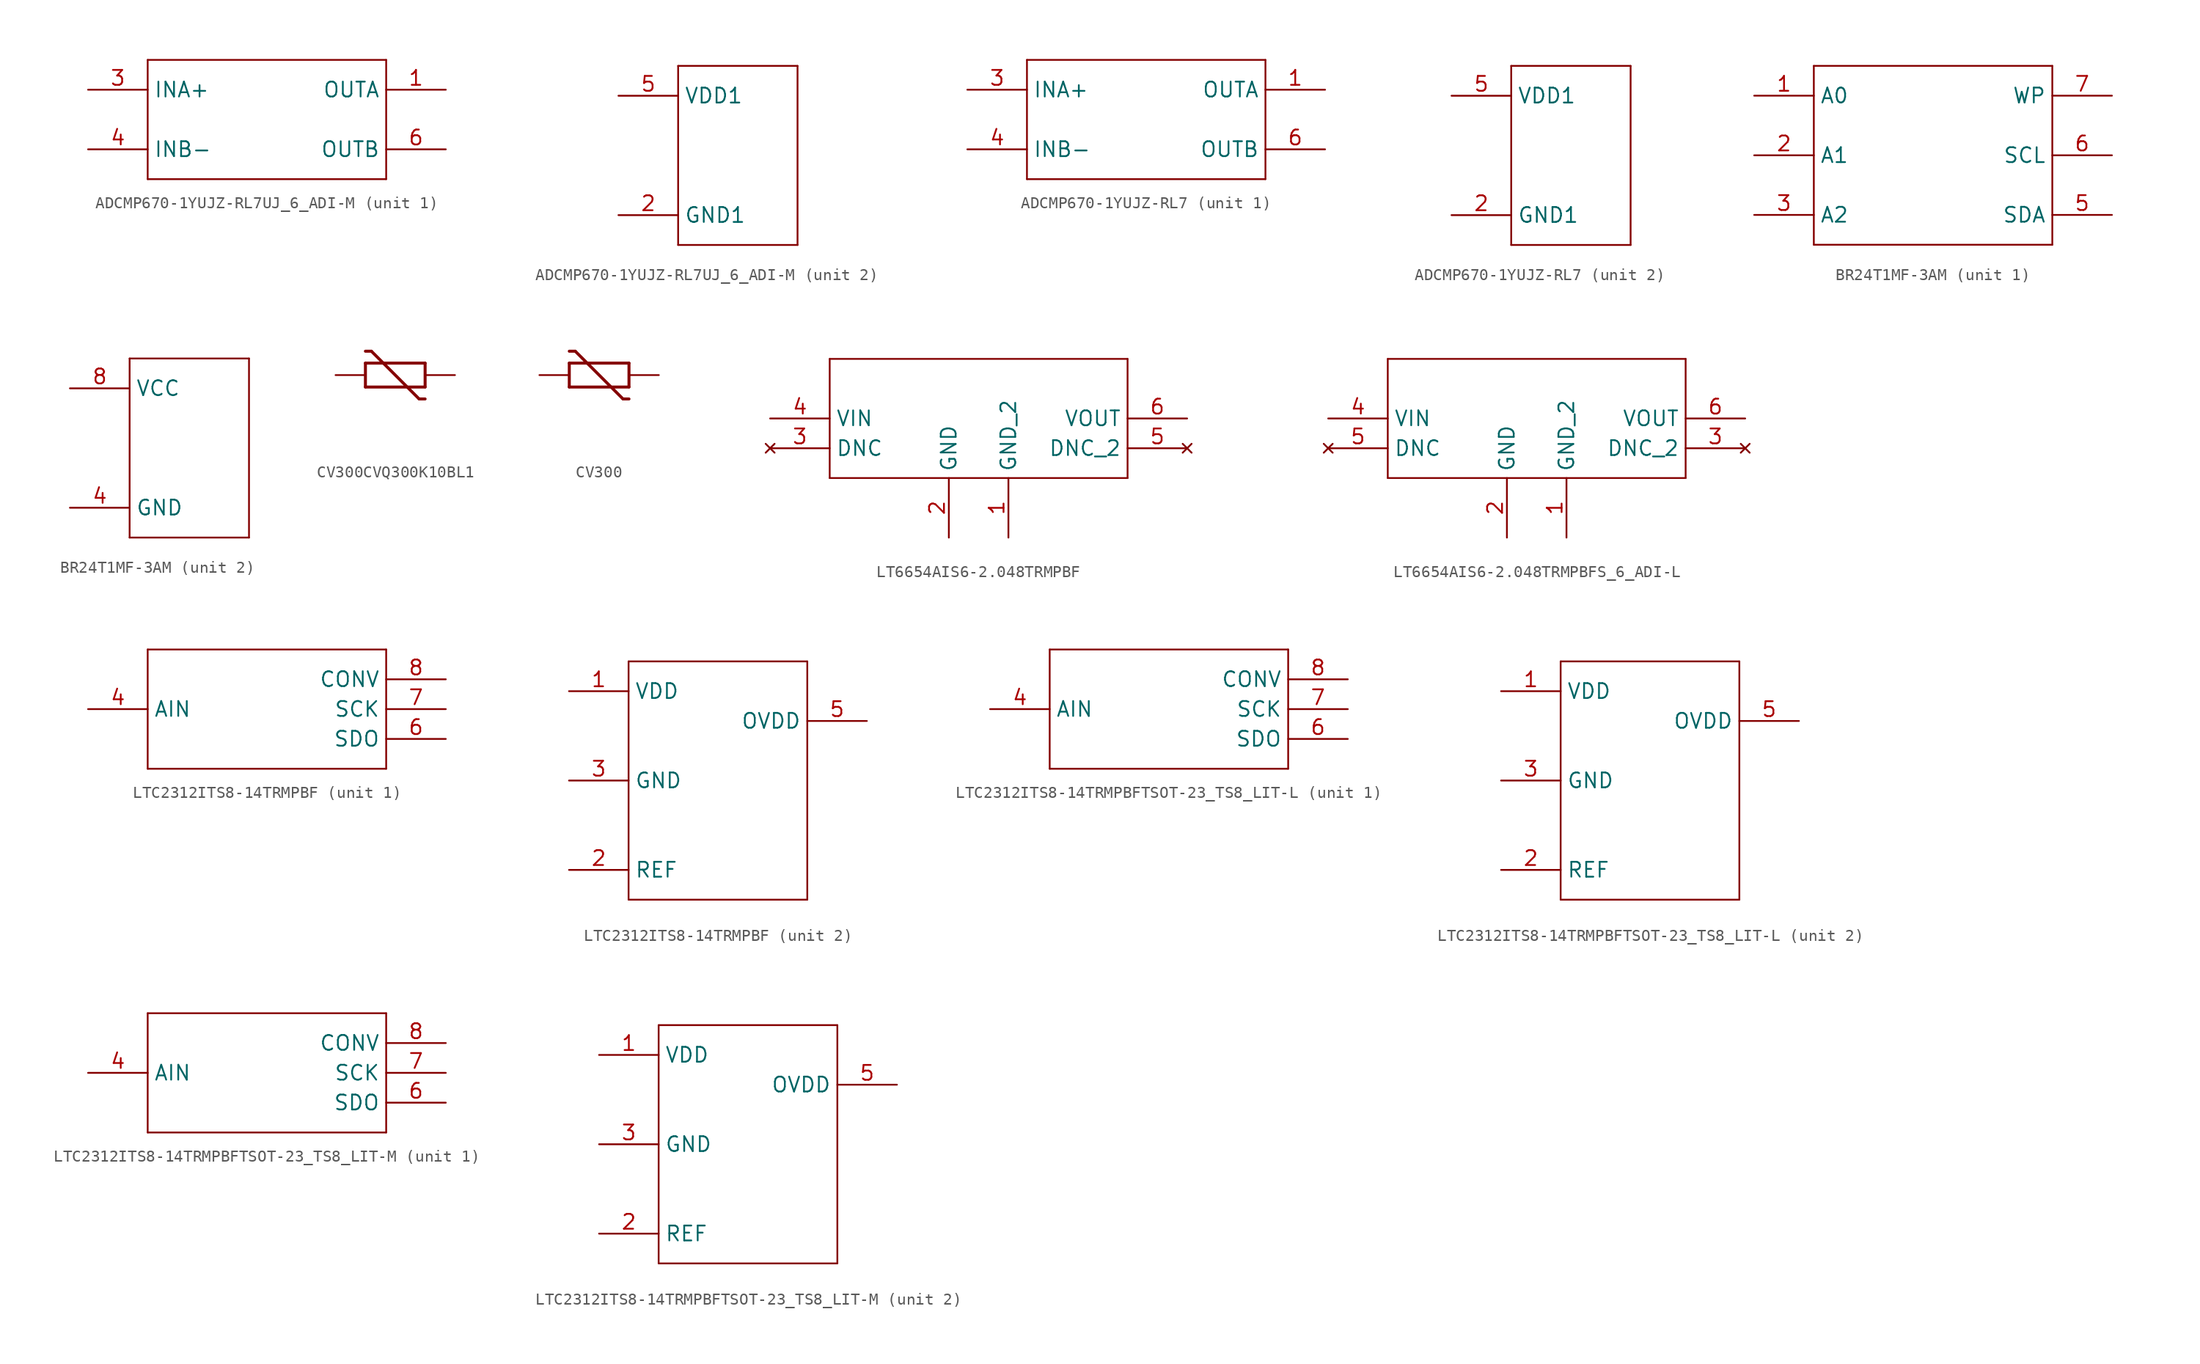
<source format=kicad_sym>
(kicad_symbol_lib
  (version 20220914)
  (generator kicad_symbol_editor)
  (symbol "ADCMP670-1YUJZ-RL7UJ_6_ADI-M"
    (property "Reference" "U"
      (at -4.724 9.119 0)
      (effects (font (size 2.083 1.77)) (justify left bottom) hide))
    (property "ki_locked" ""
      (at 0 0 0)
      (effects (font (size 1.27 1.27))))
    (symbol "ADCMP670-1YUJZ-RL7UJ_6_ADI-M_1_0"
      (polyline (pts (xy -10.16 5.08) (xy -10.16 -5.08)) (stroke (width 0.152) (type solid)) (fill (type none)))
      (polyline (pts (xy -10.16 5.08) (xy 10.16 5.08)) (stroke (width 0.152) (type solid)) (fill (type none)))
      (polyline (pts (xy 10.16 -5.08) (xy -10.16 -5.08)) (stroke (width 0.152) (type solid)) (fill (type none)))
      (polyline (pts (xy 10.16 5.08) (xy 10.16 -5.08)) (stroke (width 0.152) (type solid)) (fill (type none)))
      (pin output line (at 15.24 2.54 180) (length 5.08) (name "OUTA" (effects (font (size 1.27 1.27)))) (number "1" (effects (font (size 1.27 1.27)))))
      (pin input line (at -15.24 2.54 0) (length 5.08) (name "INA+" (effects (font (size 1.27 1.27)))) (number "3" (effects (font (size 1.27 1.27)))))
      (pin input line (at -15.24 -2.54 0) (length 5.08) (name "INB-" (effects (font (size 1.27 1.27)))) (number "4" (effects (font (size 1.27 1.27)))))
      (pin output line (at 15.24 -2.54 180) (length 5.08) (name "OUTB" (effects (font (size 1.27 1.27)))) (number "6" (effects (font (size 1.27 1.27))))))
    (symbol "ADCMP670-1YUJZ-RL7UJ_6_ADI-M_2_0"
      (polyline (pts (xy -5.08 -7.62) (xy 5.08 -7.62)) (stroke (width 0.152) (type solid)) (fill (type none)))
      (polyline (pts (xy -5.08 7.62) (xy -5.08 -7.62)) (stroke (width 0.152) (type solid)) (fill (type none)))
      (polyline (pts (xy 5.08 -7.62) (xy 5.08 7.62)) (stroke (width 0.152) (type solid)) (fill (type none)))
      (polyline (pts (xy 5.08 7.62) (xy -5.08 7.62)) (stroke (width 0.152) (type solid)) (fill (type none)))
      (pin passive line (at -10.16 -5.08 0) (length 5.08) (name "GND1" (effects (font (size 1.27 1.27)))) (number "2" (effects (font (size 1.27 1.27)))))
      (pin passive line (at -10.16 5.08 0) (length 5.08) (name "VDD1" (effects (font (size 1.27 1.27)))) (number "5" (effects (font (size 1.27 1.27)))))))
  (symbol "ADCMP670-1YUJZ-RL7"
    (property "Reference" "U"
      (at -4.724 9.119 0)
      (effects (font (size 2.083 1.77)) (justify left bottom) hide))
    (property "ki_locked" ""
      (at 0 0 0)
      (effects (font (size 1.27 1.27))))
    (symbol "ADCMP670-1YUJZ-RL7_1_0"
      (polyline (pts (xy -10.16 5.08) (xy -10.16 -5.08)) (stroke (width 0.152) (type solid)) (fill (type none)))
      (polyline (pts (xy -10.16 5.08) (xy 10.16 5.08)) (stroke (width 0.152) (type solid)) (fill (type none)))
      (polyline (pts (xy 10.16 -5.08) (xy -10.16 -5.08)) (stroke (width 0.152) (type solid)) (fill (type none)))
      (polyline (pts (xy 10.16 5.08) (xy 10.16 -5.08)) (stroke (width 0.152) (type solid)) (fill (type none)))
      (pin output line (at 15.24 2.54 180) (length 5.08) (name "OUTA" (effects (font (size 1.27 1.27)))) (number "1" (effects (font (size 1.27 1.27)))))
      (pin input line (at -15.24 2.54 0) (length 5.08) (name "INA+" (effects (font (size 1.27 1.27)))) (number "3" (effects (font (size 1.27 1.27)))))
      (pin input line (at -15.24 -2.54 0) (length 5.08) (name "INB-" (effects (font (size 1.27 1.27)))) (number "4" (effects (font (size 1.27 1.27)))))
      (pin output line (at 15.24 -2.54 180) (length 5.08) (name "OUTB" (effects (font (size 1.27 1.27)))) (number "6" (effects (font (size 1.27 1.27))))))
    (symbol "ADCMP670-1YUJZ-RL7_2_0"
      (polyline (pts (xy -5.08 -7.62) (xy 5.08 -7.62)) (stroke (width 0.152) (type solid)) (fill (type none)))
      (polyline (pts (xy -5.08 7.62) (xy -5.08 -7.62)) (stroke (width 0.152) (type solid)) (fill (type none)))
      (polyline (pts (xy 5.08 -7.62) (xy 5.08 7.62)) (stroke (width 0.152) (type solid)) (fill (type none)))
      (polyline (pts (xy 5.08 7.62) (xy -5.08 7.62)) (stroke (width 0.152) (type solid)) (fill (type none)))
      (pin passive line (at -10.16 -5.08 0) (length 5.08) (name "GND1" (effects (font (size 1.27 1.27)))) (number "2" (effects (font (size 1.27 1.27)))))
      (pin passive line (at -10.16 5.08 0) (length 5.08) (name "VDD1" (effects (font (size 1.27 1.27)))) (number "5" (effects (font (size 1.27 1.27)))))))
  (symbol "BR24T1MF-3AM"
    (property "Reference" ""
      (at -4.724 9.119 0)
      (effects (font (size 2.083 1.77)) (justify left bottom) hide))
    (property "ki_locked" ""
      (at 0 0 0)
      (effects (font (size 1.27 1.27))))
    (symbol "BR24T1MF-3AM_1_0"
      (polyline (pts (xy -10.16 -7.62) (xy -10.16 7.62)) (stroke (width 0.152) (type solid)) (fill (type none)))
      (polyline (pts (xy -10.16 7.62) (xy 10.16 7.62)) (stroke (width 0.152) (type solid)) (fill (type none)))
      (polyline (pts (xy 10.16 -7.62) (xy -10.16 -7.62)) (stroke (width 0.152) (type solid)) (fill (type none)))
      (polyline (pts (xy 10.16 7.62) (xy 10.16 -7.62)) (stroke (width 0.152) (type solid)) (fill (type none)))
      (pin input line (at -15.24 5.08 0) (length 5.08) (name "A0" (effects (font (size 1.27 1.27)))) (number "1" (effects (font (size 1.27 1.27)))))
      (pin input line (at -15.24 0 0) (length 5.08) (name "A1" (effects (font (size 1.27 1.27)))) (number "2" (effects (font (size 1.27 1.27)))))
      (pin input line (at -15.24 -5.08 0) (length 5.08) (name "A2" (effects (font (size 1.27 1.27)))) (number "3" (effects (font (size 1.27 1.27)))))
      (pin bidirectional line (at 15.24 -5.08 180) (length 5.08) (name "SDA" (effects (font (size 1.27 1.27)))) (number "5" (effects (font (size 1.27 1.27)))))
      (pin input line (at 15.24 0 180) (length 5.08) (name "SCL" (effects (font (size 1.27 1.27)))) (number "6" (effects (font (size 1.27 1.27)))))
      (pin input line (at 15.24 5.08 180) (length 5.08) (name "WP" (effects (font (size 1.27 1.27)))) (number "7" (effects (font (size 1.27 1.27))))))
    (symbol "BR24T1MF-3AM_2_0"
      (polyline (pts (xy -5.08 -7.62) (xy 5.08 -7.62)) (stroke (width 0.152) (type solid)) (fill (type none)))
      (polyline (pts (xy -5.08 7.62) (xy -5.08 -7.62)) (stroke (width 0.152) (type solid)) (fill (type none)))
      (polyline (pts (xy 5.08 -7.62) (xy 5.08 7.62)) (stroke (width 0.152) (type solid)) (fill (type none)))
      (polyline (pts (xy 5.08 7.62) (xy -5.08 7.62)) (stroke (width 0.152) (type solid)) (fill (type none)))
      (pin passive line (at -10.16 -5.08 0) (length 5.08) (name "GND" (effects (font (size 1.27 1.27)))) (number "4" (effects (font (size 1.27 1.27)))))
      (pin passive line (at -10.16 5.08 0) (length 5.08) (name "VCC" (effects (font (size 1.27 1.27)))) (number "8" (effects (font (size 1.27 1.27)))))))
  (symbol "CV300CVQ300K10BL1"
    (property "Reference" ""
      (at -2.54 3.81 0)
      (effects (font (size 1.778 1.511)) (justify left bottom) hide))
    (property "Value" ""
      (at -2.54 -6.35 0)
      (effects (font (size 1.778 1.511)) (justify left bottom)))
    (property "ki_locked" ""
      (at 0 0 0)
      (effects (font (size 1.27 1.27))))
    (symbol "CV300CVQ300K10BL1_1_0"
      (polyline (pts (xy -2.54 -1.016) (xy -2.54 1.016)) (stroke (width 0.254) (type solid)) (fill (type none)))
      (polyline (pts (xy -2.54 1.016) (xy 2.54 1.016)) (stroke (width 0.254) (type solid)) (fill (type none)))
      (polyline (pts (xy -2.032 2.032) (xy -2.54 2.032)) (stroke (width 0.254) (type solid)) (fill (type none)))
      (polyline (pts (xy 2.032 -2.032) (xy -2.032 2.032)) (stroke (width 0.254) (type solid)) (fill (type none)))
      (polyline (pts (xy 2.54 -2.032) (xy 2.032 -2.032)) (stroke (width 0.254) (type solid)) (fill (type none)))
      (polyline (pts (xy 2.54 -1.016) (xy -2.54 -1.016)) (stroke (width 0.254) (type solid)) (fill (type none)))
      (polyline (pts (xy 2.54 1.016) (xy 2.54 -1.016)) (stroke (width 0.254) (type solid)) (fill (type none)))
      (pin passive line (at 5.08 0 180) (length 2.54) (name "1" (effects (font (size 0 0)))) (number "1" (effects (font (size 0 0)))))
      (pin passive line (at -5.08 0 0) (length 2.54) (name "2" (effects (font (size 0 0)))) (number "2" (effects (font (size 0 0)))))))
  (symbol "CV300"
    (property "Reference" ""
      (at -2.54 3.81 0)
      (effects (font (size 1.778 1.511)) (justify left bottom) hide))
    (property "Value" ""
      (at -2.54 -6.35 0)
      (effects (font (size 1.778 1.511)) (justify left bottom)))
    (property "ki_locked" ""
      (at 0 0 0)
      (effects (font (size 1.27 1.27))))
    (symbol "CV300_1_0"
      (polyline (pts (xy -2.54 -1.016) (xy -2.54 1.016)) (stroke (width 0.254) (type solid)) (fill (type none)))
      (polyline (pts (xy -2.54 1.016) (xy 2.54 1.016)) (stroke (width 0.254) (type solid)) (fill (type none)))
      (polyline (pts (xy -2.032 2.032) (xy -2.54 2.032)) (stroke (width 0.254) (type solid)) (fill (type none)))
      (polyline (pts (xy 2.032 -2.032) (xy -2.032 2.032)) (stroke (width 0.254) (type solid)) (fill (type none)))
      (polyline (pts (xy 2.54 -2.032) (xy 2.032 -2.032)) (stroke (width 0.254) (type solid)) (fill (type none)))
      (polyline (pts (xy 2.54 -1.016) (xy -2.54 -1.016)) (stroke (width 0.254) (type solid)) (fill (type none)))
      (polyline (pts (xy 2.54 1.016) (xy 2.54 -1.016)) (stroke (width 0.254) (type solid)) (fill (type none)))
      (pin passive line (at 5.08 0 180) (length 2.54) (name "1" (effects (font (size 0 0)))) (number "1" (effects (font (size 0 0)))))
      (pin passive line (at -5.08 0 0) (length 2.54) (name "2" (effects (font (size 0 0)))) (number "2" (effects (font (size 0 0)))))))
  (symbol "LT6654AIS6-2.048TRMPBF"
    (property "Reference" "U"
      (at -12.344 6.579 0)
      (effects (font (size 2.083 1.77)) (justify left bottom) hide))
    (property "ki_locked" ""
      (at 0 0 0)
      (effects (font (size 1.27 1.27))))
    (symbol "LT6654AIS6-2.048TRMPBF_1_0"
      (polyline (pts (xy -12.7 -5.08) (xy 12.7 -5.08)) (stroke (width 0.152) (type solid)) (fill (type none)))
      (polyline (pts (xy -12.7 5.08) (xy -12.7 -5.08)) (stroke (width 0.152) (type solid)) (fill (type none)))
      (polyline (pts (xy 12.7 -5.08) (xy 12.7 5.08)) (stroke (width 0.152) (type solid)) (fill (type none)))
      (polyline (pts (xy 12.7 5.08) (xy -12.7 5.08)) (stroke (width 0.152) (type solid)) (fill (type none)))
      (pin power_in line (at 2.54 -10.16 90) (length 5.08) (name "GND_2" (effects (font (size 1.27 1.27)))) (number "1" (effects (font (size 1.27 1.27)))))
      (pin power_in line (at -2.54 -10.16 90) (length 5.08) (name "GND" (effects (font (size 1.27 1.27)))) (number "2" (effects (font (size 1.27 1.27)))))
      (pin no_connect line (at -17.78 -2.54 0) (length 5.08) (name "DNC" (effects (font (size 1.27 1.27)))) (number "3" (effects (font (size 1.27 1.27)))))
      (pin input line (at -17.78 0 0) (length 5.08) (name "VIN" (effects (font (size 1.27 1.27)))) (number "4" (effects (font (size 1.27 1.27)))))
      (pin no_connect line (at 17.78 -2.54 180) (length 5.08) (name "DNC_2" (effects (font (size 1.27 1.27)))) (number "5" (effects (font (size 1.27 1.27)))))
      (pin output line (at 17.78 0 180) (length 5.08) (name "VOUT" (effects (font (size 1.27 1.27)))) (number "6" (effects (font (size 1.27 1.27)))))))
  (symbol "LT6654AIS6-2.048TRMPBFS_6_ADI-L"
    (property "Reference" "U"
      (at -12.344 6.579 0)
      (effects (font (size 2.083 1.77)) (justify left bottom) hide))
    (property "ki_locked" ""
      (at 0 0 0)
      (effects (font (size 1.27 1.27))))
    (symbol "LT6654AIS6-2.048TRMPBFS_6_ADI-L_1_0"
      (polyline (pts (xy -12.7 -5.08) (xy 12.7 -5.08)) (stroke (width 0.152) (type solid)) (fill (type none)))
      (polyline (pts (xy -12.7 5.08) (xy -12.7 -5.08)) (stroke (width 0.152) (type solid)) (fill (type none)))
      (polyline (pts (xy 12.7 -5.08) (xy 12.7 5.08)) (stroke (width 0.152) (type solid)) (fill (type none)))
      (polyline (pts (xy 12.7 5.08) (xy -12.7 5.08)) (stroke (width 0.152) (type solid)) (fill (type none)))
      (pin power_in line (at 2.54 -10.16 90) (length 5.08) (name "GND_2" (effects (font (size 1.27 1.27)))) (number "1" (effects (font (size 1.27 1.27)))))
      (pin power_in line (at -2.54 -10.16 90) (length 5.08) (name "GND" (effects (font (size 1.27 1.27)))) (number "2" (effects (font (size 1.27 1.27)))))
      (pin no_connect line (at 17.78 -2.54 180) (length 5.08) (name "DNC_2" (effects (font (size 1.27 1.27)))) (number "3" (effects (font (size 1.27 1.27)))))
      (pin input line (at -17.78 0 0) (length 5.08) (name "VIN" (effects (font (size 1.27 1.27)))) (number "4" (effects (font (size 1.27 1.27)))))
      (pin no_connect line (at -17.78 -2.54 0) (length 5.08) (name "DNC" (effects (font (size 1.27 1.27)))) (number "5" (effects (font (size 1.27 1.27)))))
      (pin output line (at 17.78 0 180) (length 5.08) (name "VOUT" (effects (font (size 1.27 1.27)))) (number "6" (effects (font (size 1.27 1.27)))))))
  (symbol "LTC2312ITS8-14TRMPBF"
    (property "Reference" "U"
      (at -7.62 12.7 0)
      (effects (font (size 1.778 1.511)) (justify left bottom) hide))
    (property "ki_locked" ""
      (at 0 0 0)
      (effects (font (size 1.27 1.27))))
    (symbol "LTC2312ITS8-14TRMPBF_1_0"
      (polyline (pts (xy -10.16 -5.08) (xy 10.16 -5.08)) (stroke (width 0.152) (type solid)) (fill (type none)))
      (polyline (pts (xy -10.16 5.08) (xy -10.16 -5.08)) (stroke (width 0.152) (type solid)) (fill (type none)))
      (polyline (pts (xy 10.16 -5.08) (xy 10.16 5.08)) (stroke (width 0.152) (type solid)) (fill (type none)))
      (polyline (pts (xy 10.16 5.08) (xy -10.16 5.08)) (stroke (width 0.152) (type solid)) (fill (type none)))
      (pin input line (at -15.24 0 0) (length 5.08) (name "AIN" (effects (font (size 1.27 1.27)))) (number "4" (effects (font (size 1.27 1.27)))))
      (pin output line (at 15.24 -2.54 180) (length 5.08) (name "SDO" (effects (font (size 1.27 1.27)))) (number "6" (effects (font (size 1.27 1.27)))))
      (pin input line (at 15.24 0 180) (length 5.08) (name "SCK" (effects (font (size 1.27 1.27)))) (number "7" (effects (font (size 1.27 1.27)))))
      (pin input line (at 15.24 2.54 180) (length 5.08) (name "CONV" (effects (font (size 1.27 1.27)))) (number "8" (effects (font (size 1.27 1.27))))))
    (symbol "LTC2312ITS8-14TRMPBF_2_0"
      (polyline (pts (xy -7.62 -10.16) (xy 7.62 -10.16)) (stroke (width 0.152) (type solid)) (fill (type none)))
      (polyline (pts (xy -7.62 10.16) (xy -7.62 -10.16)) (stroke (width 0.152) (type solid)) (fill (type none)))
      (polyline (pts (xy 7.62 -10.16) (xy 7.62 10.16)) (stroke (width 0.152) (type solid)) (fill (type none)))
      (polyline (pts (xy 7.62 10.16) (xy -7.62 10.16)) (stroke (width 0.152) (type solid)) (fill (type none)))
      (pin bidirectional line (at -12.7 7.62 0) (length 5.08) (name "VDD" (effects (font (size 1.27 1.27)))) (number "1" (effects (font (size 1.27 1.27)))))
      (pin bidirectional line (at -12.7 -7.62 0) (length 5.08) (name "REF" (effects (font (size 1.27 1.27)))) (number "2" (effects (font (size 1.27 1.27)))))
      (pin bidirectional line (at -12.7 0 0) (length 5.08) (name "GND" (effects (font (size 1.27 1.27)))) (number "3" (effects (font (size 1.27 1.27)))))
      (pin bidirectional line (at 12.7 5.08 180) (length 5.08) (name "OVDD" (effects (font (size 1.27 1.27)))) (number "5" (effects (font (size 1.27 1.27)))))))
  (symbol "LTC2312ITS8-14TRMPBFTSOT-23_TS8_LIT-L"
    (property "Reference" "U"
      (at -7.62 12.7 0)
      (effects (font (size 1.778 1.511)) (justify left bottom) hide))
    (property "ki_locked" ""
      (at 0 0 0)
      (effects (font (size 1.27 1.27))))
    (symbol "LTC2312ITS8-14TRMPBFTSOT-23_TS8_LIT-L_1_0"
      (polyline (pts (xy -10.16 -5.08) (xy 10.16 -5.08)) (stroke (width 0.152) (type solid)) (fill (type none)))
      (polyline (pts (xy -10.16 5.08) (xy -10.16 -5.08)) (stroke (width 0.152) (type solid)) (fill (type none)))
      (polyline (pts (xy 10.16 -5.08) (xy 10.16 5.08)) (stroke (width 0.152) (type solid)) (fill (type none)))
      (polyline (pts (xy 10.16 5.08) (xy -10.16 5.08)) (stroke (width 0.152) (type solid)) (fill (type none)))
      (pin input line (at -15.24 0 0) (length 5.08) (name "AIN" (effects (font (size 1.27 1.27)))) (number "4" (effects (font (size 1.27 1.27)))))
      (pin output line (at 15.24 -2.54 180) (length 5.08) (name "SDO" (effects (font (size 1.27 1.27)))) (number "6" (effects (font (size 1.27 1.27)))))
      (pin input line (at 15.24 0 180) (length 5.08) (name "SCK" (effects (font (size 1.27 1.27)))) (number "7" (effects (font (size 1.27 1.27)))))
      (pin input line (at 15.24 2.54 180) (length 5.08) (name "CONV" (effects (font (size 1.27 1.27)))) (number "8" (effects (font (size 1.27 1.27))))))
    (symbol "LTC2312ITS8-14TRMPBFTSOT-23_TS8_LIT-L_2_0"
      (polyline (pts (xy -7.62 -10.16) (xy 7.62 -10.16)) (stroke (width 0.152) (type solid)) (fill (type none)))
      (polyline (pts (xy -7.62 10.16) (xy -7.62 -10.16)) (stroke (width 0.152) (type solid)) (fill (type none)))
      (polyline (pts (xy 7.62 -10.16) (xy 7.62 10.16)) (stroke (width 0.152) (type solid)) (fill (type none)))
      (polyline (pts (xy 7.62 10.16) (xy -7.62 10.16)) (stroke (width 0.152) (type solid)) (fill (type none)))
      (pin bidirectional line (at -12.7 7.62 0) (length 5.08) (name "VDD" (effects (font (size 1.27 1.27)))) (number "1" (effects (font (size 1.27 1.27)))))
      (pin bidirectional line (at -12.7 -7.62 0) (length 5.08) (name "REF" (effects (font (size 1.27 1.27)))) (number "2" (effects (font (size 1.27 1.27)))))
      (pin bidirectional line (at -12.7 0 0) (length 5.08) (name "GND" (effects (font (size 1.27 1.27)))) (number "3" (effects (font (size 1.27 1.27)))))
      (pin bidirectional line (at 12.7 5.08 180) (length 5.08) (name "OVDD" (effects (font (size 1.27 1.27)))) (number "5" (effects (font (size 1.27 1.27)))))))
  (symbol "LTC2312ITS8-14TRMPBFTSOT-23_TS8_LIT-M"
    (property "Reference" "U"
      (at -7.62 12.7 0)
      (effects (font (size 1.778 1.511)) (justify left bottom) hide))
    (property "ki_locked" ""
      (at 0 0 0)
      (effects (font (size 1.27 1.27))))
    (symbol "LTC2312ITS8-14TRMPBFTSOT-23_TS8_LIT-M_1_0"
      (polyline (pts (xy -10.16 -5.08) (xy 10.16 -5.08)) (stroke (width 0.152) (type solid)) (fill (type none)))
      (polyline (pts (xy -10.16 5.08) (xy -10.16 -5.08)) (stroke (width 0.152) (type solid)) (fill (type none)))
      (polyline (pts (xy 10.16 -5.08) (xy 10.16 5.08)) (stroke (width 0.152) (type solid)) (fill (type none)))
      (polyline (pts (xy 10.16 5.08) (xy -10.16 5.08)) (stroke (width 0.152) (type solid)) (fill (type none)))
      (pin input line (at -15.24 0 0) (length 5.08) (name "AIN" (effects (font (size 1.27 1.27)))) (number "4" (effects (font (size 1.27 1.27)))))
      (pin output line (at 15.24 -2.54 180) (length 5.08) (name "SDO" (effects (font (size 1.27 1.27)))) (number "6" (effects (font (size 1.27 1.27)))))
      (pin input line (at 15.24 0 180) (length 5.08) (name "SCK" (effects (font (size 1.27 1.27)))) (number "7" (effects (font (size 1.27 1.27)))))
      (pin input line (at 15.24 2.54 180) (length 5.08) (name "CONV" (effects (font (size 1.27 1.27)))) (number "8" (effects (font (size 1.27 1.27))))))
    (symbol "LTC2312ITS8-14TRMPBFTSOT-23_TS8_LIT-M_2_0"
      (polyline (pts (xy -7.62 -10.16) (xy 7.62 -10.16)) (stroke (width 0.152) (type solid)) (fill (type none)))
      (polyline (pts (xy -7.62 10.16) (xy -7.62 -10.16)) (stroke (width 0.152) (type solid)) (fill (type none)))
      (polyline (pts (xy 7.62 -10.16) (xy 7.62 10.16)) (stroke (width 0.152) (type solid)) (fill (type none)))
      (polyline (pts (xy 7.62 10.16) (xy -7.62 10.16)) (stroke (width 0.152) (type solid)) (fill (type none)))
      (pin bidirectional line (at -12.7 7.62 0) (length 5.08) (name "VDD" (effects (font (size 1.27 1.27)))) (number "1" (effects (font (size 1.27 1.27)))))
      (pin bidirectional line (at -12.7 -7.62 0) (length 5.08) (name "REF" (effects (font (size 1.27 1.27)))) (number "2" (effects (font (size 1.27 1.27)))))
      (pin bidirectional line (at -12.7 0 0) (length 5.08) (name "GND" (effects (font (size 1.27 1.27)))) (number "3" (effects (font (size 1.27 1.27)))))
      (pin bidirectional line (at 12.7 5.08 180) (length 5.08) (name "OVDD" (effects (font (size 1.27 1.27)))) (number "5" (effects (font (size 1.27 1.27))))))))
</source>
